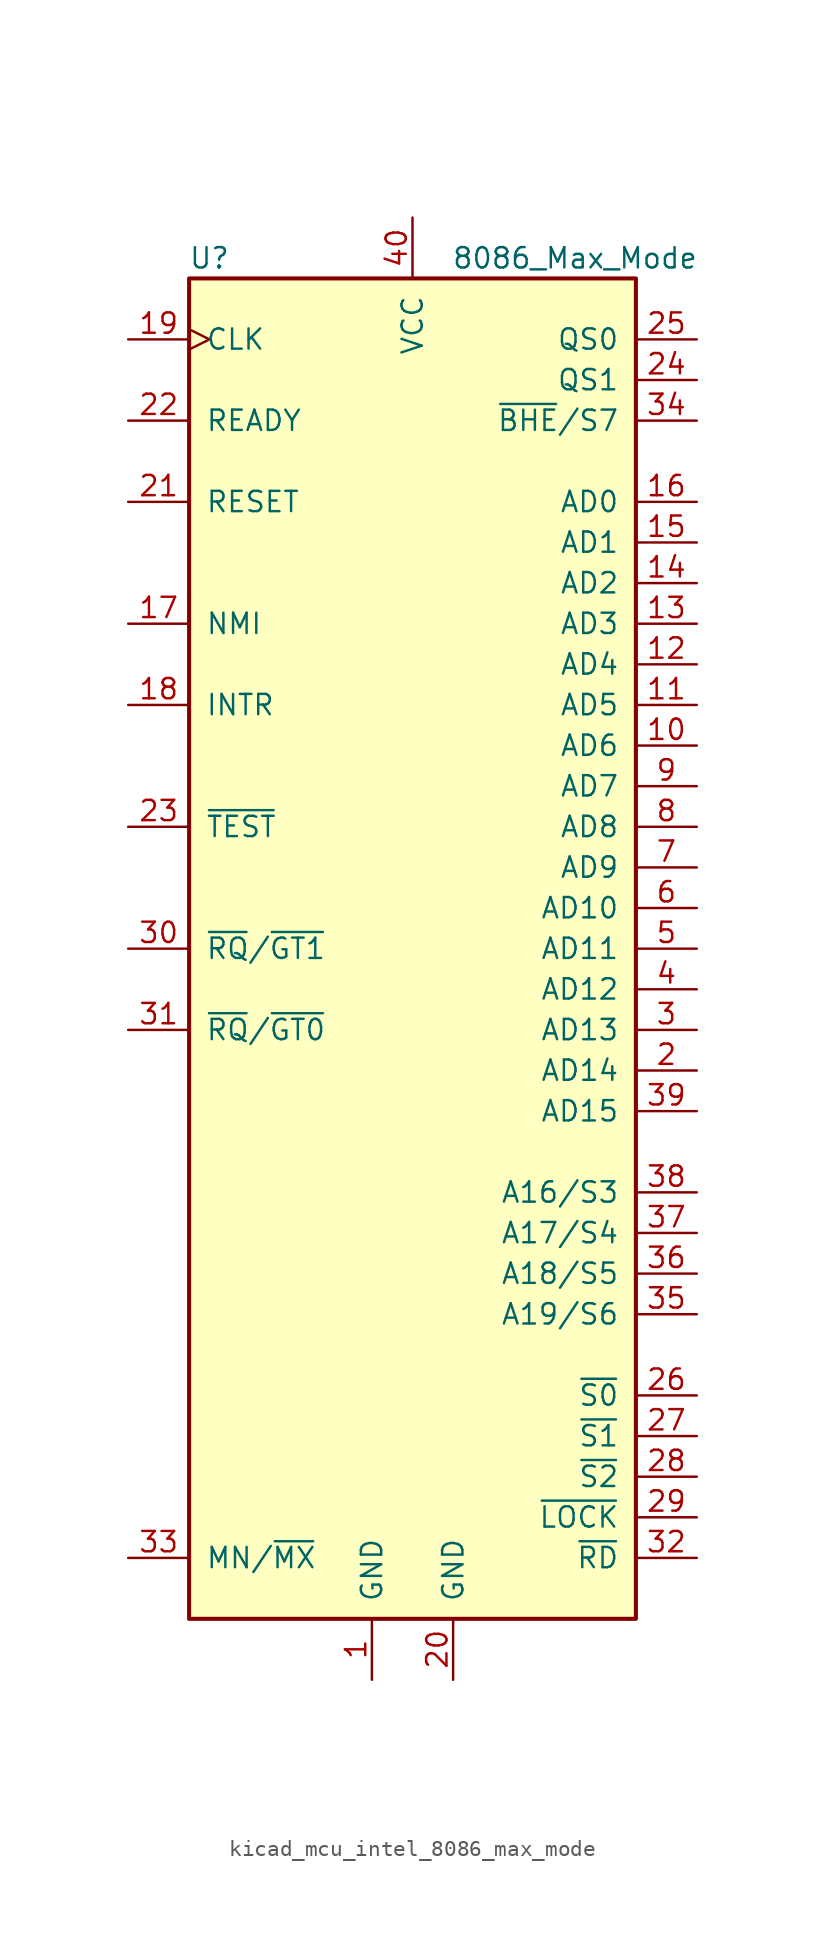
<source format=kicad_sym>
(kicad_symbol_lib
  (version 20220914)
  (generator kicad_symbol_editor)
  (symbol "kicad_mcu_intel_8086_max_mode"
    (pin_names
      (offset 1.016))
    (property "Reference" "U"
      (at -12.7 43.18 0)
      (effects (font (size 1.27 1.27))))
    (property "Value" "8086_Max_Mode"
      (at 10.16 43.18 0)
      (effects (font (size 1.27 1.27))))
    (symbol "kicad_mcu_intel_8086_max_mode_0_1"
      (rectangle (start 13.97 -41.91) (end -13.97 41.91) (stroke (width 0.254) (type default)) (fill (type background))))
    (symbol "kicad_mcu_intel_8086_max_mode_1_1"
      (pin power_in line (at -2.54 -45.72 90) (length 3.81) (name "GND" (effects (font (size 1.27 1.27)))) (number "1" (effects (font (size 1.27 1.27)))))
      (pin bidirectional line (at 17.78 12.7 180) (length 3.81) (name "AD6" (effects (font (size 1.27 1.27)))) (number "10" (effects (font (size 1.27 1.27)))))
      (pin bidirectional line (at 17.78 15.24 180) (length 3.81) (name "AD5" (effects (font (size 1.27 1.27)))) (number "11" (effects (font (size 1.27 1.27)))))
      (pin bidirectional line (at 17.78 17.78 180) (length 3.81) (name "AD4" (effects (font (size 1.27 1.27)))) (number "12" (effects (font (size 1.27 1.27)))))
      (pin bidirectional line (at 17.78 20.32 180) (length 3.81) (name "AD3" (effects (font (size 1.27 1.27)))) (number "13" (effects (font (size 1.27 1.27)))))
      (pin bidirectional line (at 17.78 22.86 180) (length 3.81) (name "AD2" (effects (font (size 1.27 1.27)))) (number "14" (effects (font (size 1.27 1.27)))))
      (pin bidirectional line (at 17.78 25.4 180) (length 3.81) (name "AD1" (effects (font (size 1.27 1.27)))) (number "15" (effects (font (size 1.27 1.27)))))
      (pin bidirectional line (at 17.78 27.94 180) (length 3.81) (name "AD0" (effects (font (size 1.27 1.27)))) (number "16" (effects (font (size 1.27 1.27)))))
      (pin input line (at -17.78 20.32 0) (length 3.81) (name "NMI" (effects (font (size 1.27 1.27)))) (number "17" (effects (font (size 1.27 1.27)))))
      (pin input line (at -17.78 15.24 0) (length 3.81) (name "INTR" (effects (font (size 1.27 1.27)))) (number "18" (effects (font (size 1.27 1.27)))))
      (pin input clock (at -17.78 38.1 0) (length 3.81) (name "CLK" (effects (font (size 1.27 1.27)))) (number "19" (effects (font (size 1.27 1.27)))))
      (pin bidirectional line (at 17.78 -7.62 180) (length 3.81) (name "AD14" (effects (font (size 1.27 1.27)))) (number "2" (effects (font (size 1.27 1.27)))))
      (pin power_in line (at 2.54 -45.72 90) (length 3.81) (name "GND" (effects (font (size 1.27 1.27)))) (number "20" (effects (font (size 1.27 1.27)))))
      (pin input line (at -17.78 27.94 0) (length 3.81) (name "RESET" (effects (font (size 1.27 1.27)))) (number "21" (effects (font (size 1.27 1.27)))))
      (pin input line (at -17.78 33.02 0) (length 3.81) (name "READY" (effects (font (size 1.27 1.27)))) (number "22" (effects (font (size 1.27 1.27)))))
      (pin input line (at -17.78 7.62 0) (length 3.81) (name "~{TEST}" (effects (font (size 1.27 1.27)))) (number "23" (effects (font (size 1.27 1.27)))))
      (pin output line (at 17.78 35.56 180) (length 3.81) (name "QS1" (effects (font (size 1.27 1.27)))) (number "24" (effects (font (size 1.27 1.27)))))
      (pin output line (at 17.78 38.1 180) (length 3.81) (name "QS0" (effects (font (size 1.27 1.27)))) (number "25" (effects (font (size 1.27 1.27)))))
      (pin output line (at 17.78 -27.94 180) (length 3.81) (name "~{S0}" (effects (font (size 1.27 1.27)))) (number "26" (effects (font (size 1.27 1.27)))))
      (pin output line (at 17.78 -30.48 180) (length 3.81) (name "~{S1}" (effects (font (size 1.27 1.27)))) (number "27" (effects (font (size 1.27 1.27)))))
      (pin output line (at 17.78 -33.02 180) (length 3.81) (name "~{S2}" (effects (font (size 1.27 1.27)))) (number "28" (effects (font (size 1.27 1.27)))))
      (pin output line (at 17.78 -35.56 180) (length 3.81) (name "~{LOCK}" (effects (font (size 1.27 1.27)))) (number "29" (effects (font (size 1.27 1.27)))))
      (pin bidirectional line (at 17.78 -5.08 180) (length 3.81) (name "AD13" (effects (font (size 1.27 1.27)))) (number "3" (effects (font (size 1.27 1.27)))))
      (pin bidirectional line (at -17.78 0 0) (length 3.81) (name "~{RQ}/~{GT1}" (effects (font (size 1.27 1.27)))) (number "30" (effects (font (size 1.27 1.27)))))
      (pin bidirectional line (at -17.78 -5.08 0) (length 3.81) (name "~{RQ}/~{GT0}" (effects (font (size 1.27 1.27)))) (number "31" (effects (font (size 1.27 1.27)))))
      (pin output line (at 17.78 -38.1 180) (length 3.81) (name "~{RD}" (effects (font (size 1.27 1.27)))) (number "32" (effects (font (size 1.27 1.27)))))
      (pin input line (at -17.78 -38.1 0) (length 3.81) (name "MN/~{MX}" (effects (font (size 1.27 1.27)))) (number "33" (effects (font (size 1.27 1.27)))))
      (pin output line (at 17.78 33.02 180) (length 3.81) (name "~{BHE}/S7" (effects (font (size 1.27 1.27)))) (number "34" (effects (font (size 1.27 1.27)))))
      (pin output line (at 17.78 -22.86 180) (length 3.81) (name "A19/S6" (effects (font (size 1.27 1.27)))) (number "35" (effects (font (size 1.27 1.27)))))
      (pin output line (at 17.78 -20.32 180) (length 3.81) (name "A18/S5" (effects (font (size 1.27 1.27)))) (number "36" (effects (font (size 1.27 1.27)))))
      (pin output line (at 17.78 -17.78 180) (length 3.81) (name "A17/S4" (effects (font (size 1.27 1.27)))) (number "37" (effects (font (size 1.27 1.27)))))
      (pin output line (at 17.78 -15.24 180) (length 3.81) (name "A16/S3" (effects (font (size 1.27 1.27)))) (number "38" (effects (font (size 1.27 1.27)))))
      (pin bidirectional line (at 17.78 -10.16 180) (length 3.81) (name "AD15" (effects (font (size 1.27 1.27)))) (number "39" (effects (font (size 1.27 1.27)))))
      (pin bidirectional line (at 17.78 -2.54 180) (length 3.81) (name "AD12" (effects (font (size 1.27 1.27)))) (number "4" (effects (font (size 1.27 1.27)))))
      (pin power_in line (at 0 45.72 270) (length 3.81) (name "VCC" (effects (font (size 1.27 1.27)))) (number "40" (effects (font (size 1.27 1.27)))))
      (pin bidirectional line (at 17.78 0 180) (length 3.81) (name "AD11" (effects (font (size 1.27 1.27)))) (number "5" (effects (font (size 1.27 1.27)))))
      (pin bidirectional line (at 17.78 2.54 180) (length 3.81) (name "AD10" (effects (font (size 1.27 1.27)))) (number "6" (effects (font (size 1.27 1.27)))))
      (pin bidirectional line (at 17.78 5.08 180) (length 3.81) (name "AD9" (effects (font (size 1.27 1.27)))) (number "7" (effects (font (size 1.27 1.27)))))
      (pin bidirectional line (at 17.78 7.62 180) (length 3.81) (name "AD8" (effects (font (size 1.27 1.27)))) (number "8" (effects (font (size 1.27 1.27)))))
      (pin bidirectional line (at 17.78 10.16 180) (length 3.81) (name "AD7" (effects (font (size 1.27 1.27)))) (number "9" (effects (font (size 1.27 1.27))))))))
</source>
